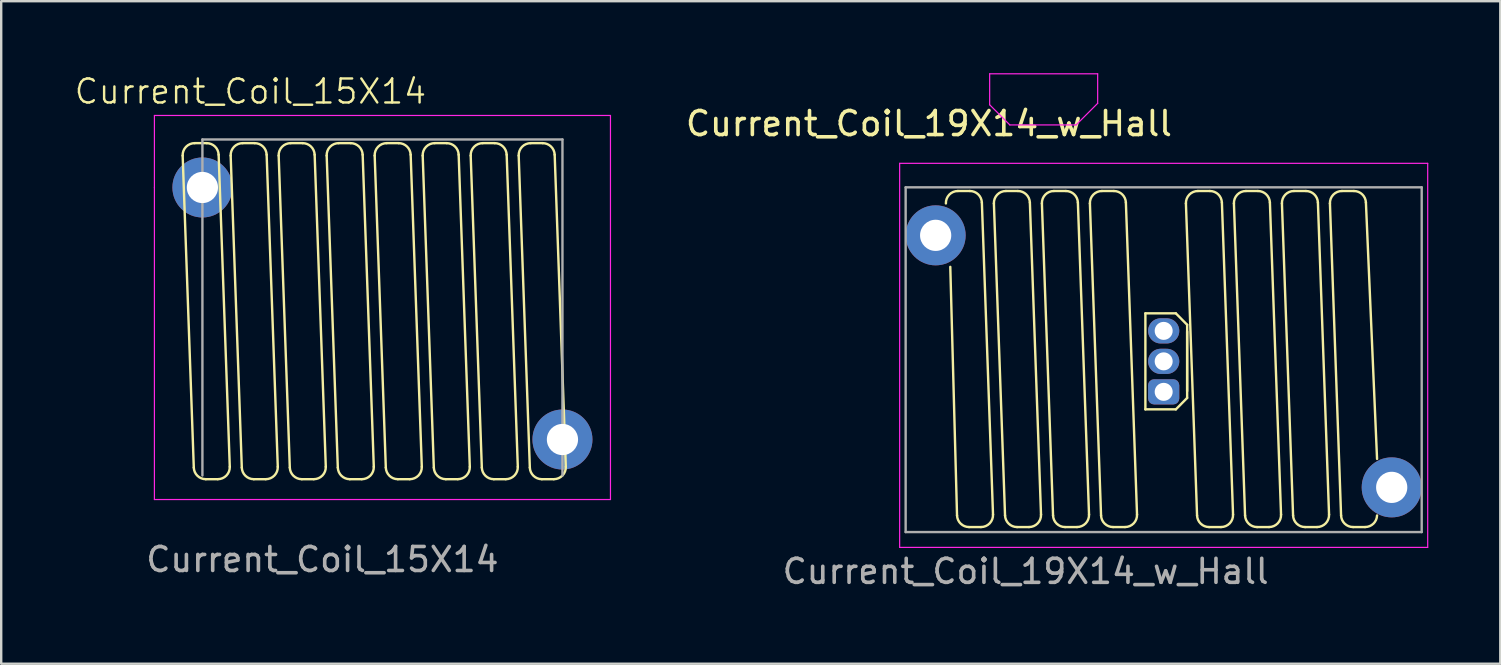
<source format=kicad_pcb>
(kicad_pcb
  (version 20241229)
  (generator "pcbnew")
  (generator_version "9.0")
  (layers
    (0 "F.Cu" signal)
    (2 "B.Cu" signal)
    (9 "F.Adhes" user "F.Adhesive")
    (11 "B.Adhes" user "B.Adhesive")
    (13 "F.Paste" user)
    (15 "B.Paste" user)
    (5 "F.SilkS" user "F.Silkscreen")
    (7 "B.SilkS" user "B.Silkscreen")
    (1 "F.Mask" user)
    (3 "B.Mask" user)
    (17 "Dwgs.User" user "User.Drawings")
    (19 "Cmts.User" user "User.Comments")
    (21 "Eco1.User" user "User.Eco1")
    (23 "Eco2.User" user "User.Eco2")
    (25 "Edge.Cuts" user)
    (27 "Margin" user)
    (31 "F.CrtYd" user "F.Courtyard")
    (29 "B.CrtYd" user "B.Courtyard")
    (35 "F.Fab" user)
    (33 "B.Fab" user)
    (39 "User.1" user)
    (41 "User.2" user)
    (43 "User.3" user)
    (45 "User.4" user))
  (footprint "Current_Coil_19X14_w_Hall"
    (layer "F.Cu")
    (at 45.431 12.005)
    (property "Reference" "Current_Coil_19X14_w_Hall" (at -9.779 -9.906 0) (unlocked yes) (layer "F.SilkS") (effects (font (size 1 1) (thickness 0.15))))
    (attr smd)
    (fp_line (start -8.609 6.421) (end -8.89 -3.937) (stroke (width 0.1) (type default)) (layer "F.SilkS"))
    (fp_line (start -8.573 -7.097) (end -8.074 -7.097) (stroke (width 0.1) (type default)) (layer "F.SilkS"))
    (fp_line (start -7.61 6.903) (end -8.109 6.903) (stroke (width 0.1) (type default)) (layer "F.SilkS"))
    (fp_line (start -7.574 -6.615) (end -7.11 6.385) (stroke (width 0.1) (type default)) (layer "F.SilkS"))
    (fp_line (start -6.609 6.421) (end -7.073 -6.579) (stroke (width 0.1) (type default)) (layer "F.SilkS"))
    (fp_line (start -6.573 -7.097) (end -6.074 -7.097) (stroke (width 0.1) (type default)) (layer "F.SilkS"))
    (fp_line (start -5.61 6.903) (end -6.109 6.903) (stroke (width 0.1) (type default)) (layer "F.SilkS"))
    (fp_line (start -5.574 -6.615) (end -5.11 6.385) (stroke (width 0.1) (type default)) (layer "F.SilkS"))
    (fp_line (start -4.609 6.421) (end -5.073 -6.579) (stroke (width 0.1) (type default)) (layer "F.SilkS"))
    (fp_line (start -4.573 -7.097) (end -4.074 -7.097) (stroke (width 0.1) (type default)) (layer "F.SilkS"))
    (fp_line (start -3.61 6.903) (end -4.109 6.903) (stroke (width 0.1) (type default)) (layer "F.SilkS"))
    (fp_line (start -3.574 -6.615) (end -3.11 6.385) (stroke (width 0.1) (type default)) (layer "F.SilkS"))
    (fp_line (start -2.609 6.421) (end -3.073 -6.579) (stroke (width 0.1) (type default)) (layer "F.SilkS"))
    (fp_line (start -2.573 -7.097) (end -2.074 -7.097) (stroke (width 0.1) (type default)) (layer "F.SilkS"))
    (fp_line (start -1.61 6.903) (end -2.109 6.903) (stroke (width 0.1) (type default)) (layer "F.SilkS"))
    (fp_line (start -1.574 -6.615) (end -1.11 6.385) (stroke (width 0.1) (type default)) (layer "F.SilkS"))
    (fp_line (start -0.762 -2) (end -0.762 2) (stroke (width 0.1) (type solid)) (layer "F.SilkS"))
    (fp_line (start -0.762 -2) (end 0.508 -2) (stroke (width 0.1) (type solid)) (layer "F.SilkS"))
    (fp_line (start -0.762 2) (end 0.508 2) (stroke (width 0.1) (type solid)) (layer "F.SilkS"))
    (fp_line (start 0.508 -2) (end 0.978 -1.524) (stroke (width 0.1) (type solid)) (layer "F.SilkS"))
    (fp_line (start 0.978 -1.524) (end 0.978 1.524) (stroke (width 0.1) (type solid)) (layer "F.SilkS"))
    (fp_line (start 0.978 -1.24) (end 0.978 1.24) (stroke (width 0.1) (type solid)) (layer "F.SilkS"))
    (fp_line (start 0.978 1.524) (end 0.508 2) (stroke (width 0.1) (type solid)) (layer "F.SilkS"))
    (fp_line (start 1.391 6.421) (end 0.927 -6.579) (stroke (width 0.1) (type default)) (layer "F.SilkS"))
    (fp_line (start 1.427 -7.097) (end 1.926 -7.097) (stroke (width 0.1) (type default)) (layer "F.SilkS"))
    (fp_line (start 2.39 6.903) (end 1.891 6.903) (stroke (width 0.1) (type default)) (layer "F.SilkS"))
    (fp_line (start 2.426 -6.615) (end 2.89 6.385) (stroke (width 0.1) (type default)) (layer "F.SilkS"))
    (fp_line (start 3.391 6.421) (end 2.927 -6.579) (stroke (width 0.1) (type default)) (layer "F.SilkS"))
    (fp_line (start 3.427 -7.097) (end 3.926 -7.097) (stroke (width 0.1) (type default)) (layer "F.SilkS"))
    (fp_line (start 4.39 6.903) (end 3.891 6.903) (stroke (width 0.1) (type default)) (layer "F.SilkS"))
    (fp_line (start 4.426 -6.615) (end 4.89 6.385) (stroke (width 0.1) (type default)) (layer "F.SilkS"))
    (fp_line (start 5.391 6.421) (end 4.927 -6.579) (stroke (width 0.1) (type default)) (layer "F.SilkS"))
    (fp_line (start 5.427 -7.097) (end 5.926 -7.097) (stroke (width 0.1) (type default)) (layer "F.SilkS"))
    (fp_line (start 6.39 6.903) (end 5.891 6.903) (stroke (width 0.1) (type default)) (layer "F.SilkS"))
    (fp_line (start 6.426 -6.615) (end 6.89 6.385) (stroke (width 0.1) (type default)) (layer "F.SilkS"))
    (fp_line (start 7.391 6.421) (end 6.927 -6.579) (stroke (width 0.1) (type default)) (layer "F.SilkS"))
    (fp_line (start 7.427 -7.097) (end 7.926 -7.097) (stroke (width 0.1) (type default)) (layer "F.SilkS"))
    (fp_line (start 8.39 6.903) (end 7.891 6.903) (stroke (width 0.1) (type default)) (layer "F.SilkS"))
    (fp_line (start 8.426 -6.615) (end 8.89 4.064) (stroke (width 0.1) (type default)) (layer "F.SilkS"))
    (fp_arc (start -9.073138 -6.579341) (mid -8.933265 -6.944382) (end -8.573456 -7.097187) (stroke (width 0.1) (type default)) (layer "F.SilkS"))
    (fp_arc (start -8.10917 6.902813) (mid -8.456357 6.762621) (end -8.608852 6.420659) (stroke (width 0.1) (type default)) (layer "F.SilkS"))
    (fp_arc (start -8.074094 -7.097187) (mid -7.726907 -6.956995) (end -7.574412 -6.615033) (stroke (width 0.1) (type default)) (layer "F.SilkS"))
    (fp_arc (start -7.110126 6.384967) (mid -7.25 6.75) (end -7.609808 6.902813) (stroke (width 0.1) (type default)) (layer "F.SilkS"))
    (fp_arc (start -7.073138 -6.579341) (mid -6.933265 -6.944382) (end -6.573456 -7.097187) (stroke (width 0.1) (type default)) (layer "F.SilkS"))
    (fp_arc (start -6.10917 6.902813) (mid -6.456357 6.762621) (end -6.608852 6.420659) (stroke (width 0.1) (type default)) (layer "F.SilkS"))
    (fp_arc (start -6.074094 -7.097187) (mid -5.726907 -6.956995) (end -5.574412 -6.615033) (stroke (width 0.1) (type default)) (layer "F.SilkS"))
    (fp_arc (start -5.110126 6.384967) (mid -5.25 6.75) (end -5.609808 6.902813) (stroke (width 0.1) (type default)) (layer "F.SilkS"))
    (fp_arc (start -5.073138 -6.579341) (mid -4.933265 -6.944382) (end -4.573456 -7.097187) (stroke (width 0.1) (type default)) (layer "F.SilkS"))
    (fp_arc (start -4.10917 6.902813) (mid -4.456357 6.762621) (end -4.608852 6.420659) (stroke (width 0.1) (type default)) (layer "F.SilkS"))
    (fp_arc (start -4.074094 -7.097187) (mid -3.726907 -6.956995) (end -3.574412 -6.615033) (stroke (width 0.1) (type default)) (layer "F.SilkS"))
    (fp_arc (start -3.110126 6.384967) (mid -3.25 6.75) (end -3.609808 6.902813) (stroke (width 0.1) (type default)) (layer "F.SilkS"))
    (fp_arc (start -3.073138 -6.579341) (mid -2.933265 -6.944382) (end -2.573456 -7.097187) (stroke (width 0.1) (type default)) (layer "F.SilkS"))
    (fp_arc (start -2.10917 6.902813) (mid -2.456357 6.762621) (end -2.608852 6.420659) (stroke (width 0.1) (type default)) (layer "F.SilkS"))
    (fp_arc (start -2.074094 -7.097187) (mid -1.726907 -6.956995) (end -1.574412 -6.615033) (stroke (width 0.1) (type default)) (layer "F.SilkS"))
    (fp_arc (start -1.110126 6.384967) (mid -1.25 6.75) (end -1.609808 6.902813) (stroke (width 0.1) (type default)) (layer "F.SilkS"))
    (fp_arc (start 0.926862 -6.579341) (mid 1.066735 -6.944382) (end 1.426544 -7.097187) (stroke (width 0.1) (type default)) (layer "F.SilkS"))
    (fp_arc (start 1.89083 6.902813) (mid 1.543643 6.762621) (end 1.391148 6.420659) (stroke (width 0.1) (type default)) (layer "F.SilkS"))
    (fp_arc (start 1.925906 -7.097187) (mid 2.273093 -6.956995) (end 2.425588 -6.615033) (stroke (width 0.1) (type default)) (layer "F.SilkS"))
    (fp_arc (start 2.889874 6.384967) (mid 2.75 6.75) (end 2.390192 6.902813) (stroke (width 0.1) (type default)) (layer "F.SilkS"))
    (fp_arc (start 2.926862 -6.579341) (mid 3.066735 -6.944382) (end 3.426544 -7.097187) (stroke (width 0.1) (type default)) (layer "F.SilkS"))
    (fp_arc (start 3.89083 6.902813) (mid 3.543643 6.762621) (end 3.391148 6.420659) (stroke (width 0.1) (type default)) (layer "F.SilkS"))
    (fp_arc (start 3.925906 -7.097187) (mid 4.273093 -6.956995) (end 4.425588 -6.615033) (stroke (width 0.1) (type default)) (layer "F.SilkS"))
    (fp_arc (start 4.889874 6.384967) (mid 4.75 6.75) (end 4.390192 6.902813) (stroke (width 0.1) (type default)) (layer "F.SilkS"))
    (fp_arc (start 4.926862 -6.579341) (mid 5.066735 -6.944382) (end 5.426544 -7.097187) (stroke (width 0.1) (type default)) (layer "F.SilkS"))
    (fp_arc (start 5.89083 6.902813) (mid 5.543643 6.762621) (end 5.391148 6.420659) (stroke (width 0.1) (type default)) (layer "F.SilkS"))
    (fp_arc (start 5.925906 -7.097187) (mid 6.273093 -6.956995) (end 6.425588 -6.615033) (stroke (width 0.1) (type default)) (layer "F.SilkS"))
    (fp_arc (start 6.889874 6.384967) (mid 6.75 6.75) (end 6.390192 6.902813) (stroke (width 0.1) (type default)) (layer "F.SilkS"))
    (fp_arc (start 6.926862 -6.579341) (mid 7.066735 -6.944382) (end 7.426544 -7.097187) (stroke (width 0.1) (type default)) (layer "F.SilkS"))
    (fp_arc (start 7.89083 6.902813) (mid 7.543643 6.762621) (end 7.391148 6.420659) (stroke (width 0.1) (type default)) (layer "F.SilkS"))
    (fp_arc (start 7.925906 -7.097187) (mid 8.273093 -6.956995) (end 8.425588 -6.615033) (stroke (width 0.1) (type default)) (layer "F.SilkS"))
    (fp_arc (start 8.889874 6.420629) (mid 8.737384 6.762599) (end 8.390192 6.902792) (stroke (width 0.1) (type default)) (layer "F.SilkS"))
    (fp_line (start -11 -8.25) (end 11 -8.25) (stroke (width 0.05) (type default)) (layer "F.CrtYd"))
    (fp_line (start -11 7.75) (end -11 -8.25) (stroke (width 0.05) (type default)) (layer "F.CrtYd"))
    (fp_line (start -7.25 -11.98) (end -2.75 -11.98) (stroke (width 0.05) (type solid)) (layer "F.CrtYd"))
    (fp_line (start -7.25 -10.69) (end -7.25 -11.98) (stroke (width 0.05) (type solid)) (layer "F.CrtYd"))
    (fp_line (start -6.41 -9.85) (end -7.25 -10.69) (stroke (width 0.05) (type solid)) (layer "F.CrtYd"))
    (fp_line (start -3.65 -9.85) (end -6.41 -9.85) (stroke (width 0.05) (type solid)) (layer "F.CrtYd"))
    (fp_line (start -2.75 -11.98) (end -2.75 -10.75) (stroke (width 0.05) (type solid)) (layer "F.CrtYd"))
    (fp_line (start -2.75 -10.75) (end -3.65 -9.85) (stroke (width 0.05) (type solid)) (layer "F.CrtYd"))
    (fp_line (start 11 -8.25) (end 11 7.75) (stroke (width 0.05) (type default)) (layer "F.CrtYd"))
    (fp_line (start 11 7.75) (end -11 7.75) (stroke (width 0.05) (type default)) (layer "F.CrtYd"))
    (fp_line (start -10.75 -7.25) (end 10.75 -7.25) (stroke (width 0.1) (type default)) (layer "F.Fab"))
    (fp_line (start -10.75 7.112) (end -10.75 -7.25) (stroke (width 0.1) (type default)) (layer "F.Fab"))
    (fp_line (start -10.75 7.112) (end 10.75 7.112) (stroke (width 0.1) (type default)) (layer "F.Fab"))
    (fp_line (start 10.75 -7.25) (end 10.75 7.112) (stroke (width 0.1) (type default)) (layer "F.Fab"))
    (fp_text user "${REFERENCE}" (at -5.75 8.75 0) (unlocked yes) (layer "F.Fab") (effects (font (size 1 1) (thickness 0.15))))
    (pad "1" thru_hole circle (at -9.5 -5.25) (size 2.5 2.5) (drill 1.3) (layers "*.Cu" "*.Mask"))
    (pad "2" thru_hole circle (at 9.5 5.25) (size 2.5 2.5) (drill 1.3) (layers "*.Cu" "*.Mask"))
    (pad "3" thru_hole roundrect (at 0 1.27 90) (size 1.05 1.3) (drill 0.75) (layers "*.Cu" "*.Mask") (roundrect_rratio 0.238))
    (pad "4" thru_hole oval (at 0 0 90) (size 1.05 1.3) (drill 0.75) (layers "*.Cu" "*.Mask"))
    (pad "5" thru_hole oval (at 0 -1.27 90) (size 1.05 1.3) (drill 0.75) (layers "*.Cu" "*.Mask")))
  (footprint "Current_Coil_15X14"
    (layer "F.Cu")
    (at 12.883 9.761)
    (property "Reference" "Current_Coil_15X14" (at -5.5 -9 0) (unlocked yes) (layer "F.SilkS") (effects (font (size 1 1) (thickness 0.1))))
    (attr smd)
    (fp_line (start -7.859 6.671) (end -8.323 -6.329) (stroke (width 0.1) (type default)) (layer "F.SilkS"))
    (fp_line (start -7.823 -6.847) (end -7.324 -6.847) (stroke (width 0.1) (type default)) (layer "F.SilkS"))
    (fp_line (start -6.86 7.153) (end -7.359 7.153) (stroke (width 0.1) (type default)) (layer "F.SilkS"))
    (fp_line (start -6.824 -6.365) (end -6.36 6.635) (stroke (width 0.1) (type default)) (layer "F.SilkS"))
    (fp_line (start -5.859 6.671) (end -6.323 -6.329) (stroke (width 0.1) (type default)) (layer "F.SilkS"))
    (fp_line (start -5.823 -6.847) (end -5.324 -6.847) (stroke (width 0.1) (type default)) (layer "F.SilkS"))
    (fp_line (start -4.86 7.153) (end -5.359 7.153) (stroke (width 0.1) (type default)) (layer "F.SilkS"))
    (fp_line (start -4.824 -6.365) (end -4.36 6.635) (stroke (width 0.1) (type default)) (layer "F.SilkS"))
    (fp_line (start -3.859 6.671) (end -4.323 -6.329) (stroke (width 0.1) (type default)) (layer "F.SilkS"))
    (fp_line (start -3.823 -6.847) (end -3.324 -6.847) (stroke (width 0.1) (type default)) (layer "F.SilkS"))
    (fp_line (start -2.86 7.153) (end -3.359 7.153) (stroke (width 0.1) (type default)) (layer "F.SilkS"))
    (fp_line (start -2.824 -6.365) (end -2.36 6.635) (stroke (width 0.1) (type default)) (layer "F.SilkS"))
    (fp_line (start -1.859 6.671) (end -2.323 -6.329) (stroke (width 0.1) (type default)) (layer "F.SilkS"))
    (fp_line (start -1.823 -6.847) (end -1.324 -6.847) (stroke (width 0.1) (type default)) (layer "F.SilkS"))
    (fp_line (start -0.86 7.153) (end -1.359 7.153) (stroke (width 0.1) (type default)) (layer "F.SilkS"))
    (fp_line (start -0.824 -6.365) (end -0.36 6.635) (stroke (width 0.1) (type default)) (layer "F.SilkS"))
    (fp_line (start 0.141 6.671) (end -0.323 -6.329) (stroke (width 0.1) (type default)) (layer "F.SilkS"))
    (fp_line (start 0.177 -6.847) (end 0.676 -6.847) (stroke (width 0.1) (type default)) (layer "F.SilkS"))
    (fp_line (start 1.14 7.153) (end 0.641 7.153) (stroke (width 0.1) (type default)) (layer "F.SilkS"))
    (fp_line (start 1.176 -6.365) (end 1.64 6.635) (stroke (width 0.1) (type default)) (layer "F.SilkS"))
    (fp_line (start 2.141 6.671) (end 1.677 -6.329) (stroke (width 0.1) (type default)) (layer "F.SilkS"))
    (fp_line (start 2.177 -6.847) (end 2.676 -6.847) (stroke (width 0.1) (type default)) (layer "F.SilkS"))
    (fp_line (start 3.14 7.153) (end 2.641 7.153) (stroke (width 0.1) (type default)) (layer "F.SilkS"))
    (fp_line (start 3.176 -6.365) (end 3.64 6.635) (stroke (width 0.1) (type default)) (layer "F.SilkS"))
    (fp_line (start 4.141 6.671) (end 3.677 -6.329) (stroke (width 0.1) (type default)) (layer "F.SilkS"))
    (fp_line (start 4.177 -6.847) (end 4.676 -6.847) (stroke (width 0.1) (type default)) (layer "F.SilkS"))
    (fp_line (start 5.14 7.153) (end 4.641 7.153) (stroke (width 0.1) (type default)) (layer "F.SilkS"))
    (fp_line (start 5.176 -6.365) (end 5.64 6.635) (stroke (width 0.1) (type default)) (layer "F.SilkS"))
    (fp_line (start 6.141 6.671) (end 5.677 -6.329) (stroke (width 0.1) (type default)) (layer "F.SilkS"))
    (fp_line (start 6.177 -6.847) (end 6.676 -6.847) (stroke (width 0.1) (type default)) (layer "F.SilkS"))
    (fp_line (start 7.14 7.153) (end 6.641 7.153) (stroke (width 0.1) (type default)) (layer "F.SilkS"))
    (fp_line (start 7.176 -6.365) (end 7.64 6.635) (stroke (width 0.1) (type default)) (layer "F.SilkS"))
    (fp_arc (start -8.323138 -6.329341) (mid -8.183265 -6.694382) (end -7.823456 -6.847187) (stroke (width 0.1) (type default)) (layer "F.SilkS"))
    (fp_arc (start -7.35917 7.152813) (mid -7.706357 7.012621) (end -7.858852 6.670659) (stroke (width 0.1) (type default)) (layer "F.SilkS"))
    (fp_arc (start -7.324094 -6.847187) (mid -6.976907 -6.706995) (end -6.824412 -6.365033) (stroke (width 0.1) (type default)) (layer "F.SilkS"))
    (fp_arc (start -6.360126 6.634967) (mid -6.5 7) (end -6.859808 7.152813) (stroke (width 0.1) (type default)) (layer "F.SilkS"))
    (fp_arc (start -6.323138 -6.329341) (mid -6.183265 -6.694382) (end -5.823456 -6.847187) (stroke (width 0.1) (type default)) (layer "F.SilkS"))
    (fp_arc (start -5.35917 7.152813) (mid -5.706357 7.012621) (end -5.858852 6.670659) (stroke (width 0.1) (type default)) (layer "F.SilkS"))
    (fp_arc (start -5.324094 -6.847187) (mid -4.976907 -6.706995) (end -4.824412 -6.365033) (stroke (width 0.1) (type default)) (layer "F.SilkS"))
    (fp_arc (start -4.360126 6.634967) (mid -4.5 7) (end -4.859808 7.152813) (stroke (width 0.1) (type default)) (layer "F.SilkS"))
    (fp_arc (start -4.323138 -6.329341) (mid -4.183265 -6.694382) (end -3.823456 -6.847187) (stroke (width 0.1) (type default)) (layer "F.SilkS"))
    (fp_arc (start -3.35917 7.152813) (mid -3.706357 7.012621) (end -3.858852 6.670659) (stroke (width 0.1) (type default)) (layer "F.SilkS"))
    (fp_arc (start -3.324094 -6.847187) (mid -2.976907 -6.706995) (end -2.824412 -6.365033) (stroke (width 0.1) (type default)) (layer "F.SilkS"))
    (fp_arc (start -2.360126 6.634967) (mid -2.5 7) (end -2.859808 7.152813) (stroke (width 0.1) (type default)) (layer "F.SilkS"))
    (fp_arc (start -2.323138 -6.329341) (mid -2.183265 -6.694382) (end -1.823456 -6.847187) (stroke (width 0.1) (type default)) (layer "F.SilkS"))
    (fp_arc (start -1.35917 7.152813) (mid -1.706357 7.012621) (end -1.858852 6.670659) (stroke (width 0.1) (type default)) (layer "F.SilkS"))
    (fp_arc (start -1.324094 -6.847187) (mid -0.976907 -6.706995) (end -0.824412 -6.365033) (stroke (width 0.1) (type default)) (layer "F.SilkS"))
    (fp_arc (start -0.360126 6.634967) (mid -0.5 7) (end -0.859808 7.152813) (stroke (width 0.1) (type default)) (layer "F.SilkS"))
    (fp_arc (start -0.323138 -6.329341) (mid -0.183265 -6.694382) (end 0.176544 -6.847187) (stroke (width 0.1) (type default)) (layer "F.SilkS"))
    (fp_arc (start 0.64083 7.152813) (mid 0.293643 7.012621) (end 0.141148 6.670659) (stroke (width 0.1) (type default)) (layer "F.SilkS"))
    (fp_arc (start 0.675906 -6.847187) (mid 1.023093 -6.706995) (end 1.175588 -6.365033) (stroke (width 0.1) (type default)) (layer "F.SilkS"))
    (fp_arc (start 1.639874 6.634967) (mid 1.5 7) (end 1.140192 7.152813) (stroke (width 0.1) (type default)) (layer "F.SilkS"))
    (fp_arc (start 1.676862 -6.329341) (mid 1.816735 -6.694382) (end 2.176544 -6.847187) (stroke (width 0.1) (type default)) (layer "F.SilkS"))
    (fp_arc (start 2.64083 7.152813) (mid 2.293643 7.012621) (end 2.141148 6.670659) (stroke (width 0.1) (type default)) (layer "F.SilkS"))
    (fp_arc (start 2.675906 -6.847187) (mid 3.023093 -6.706995) (end 3.175588 -6.365033) (stroke (width 0.1) (type default)) (layer "F.SilkS"))
    (fp_arc (start 3.639874 6.634967) (mid 3.5 7) (end 3.140192 7.152813) (stroke (width 0.1) (type default)) (layer "F.SilkS"))
    (fp_arc (start 3.676862 -6.329341) (mid 3.816735 -6.694382) (end 4.176544 -6.847187) (stroke (width 0.1) (type default)) (layer "F.SilkS"))
    (fp_arc (start 4.64083 7.152813) (mid 4.293643 7.012621) (end 4.141148 6.670659) (stroke (width 0.1) (type default)) (layer "F.SilkS"))
    (fp_arc (start 4.675906 -6.847187) (mid 5.023093 -6.706995) (end 5.175588 -6.365033) (stroke (width 0.1) (type default)) (layer "F.SilkS"))
    (fp_arc (start 5.639874 6.634967) (mid 5.5 7) (end 5.140192 7.152813) (stroke (width 0.1) (type default)) (layer "F.SilkS"))
    (fp_arc (start 5.676862 -6.329341) (mid 5.816735 -6.694382) (end 6.176544 -6.847187) (stroke (width 0.1) (type default)) (layer "F.SilkS"))
    (fp_arc (start 6.64083 7.152813) (mid 6.293643 7.012621) (end 6.141148 6.670659) (stroke (width 0.1) (type default)) (layer "F.SilkS"))
    (fp_arc (start 6.675906 -6.847187) (mid 7.023093 -6.706995) (end 7.175588 -6.365033) (stroke (width 0.1) (type default)) (layer "F.SilkS"))
    (fp_arc (start 7.639874 6.634967) (mid 7.5 7) (end 7.140192 7.152813) (stroke (width 0.1) (type default)) (layer "F.SilkS"))
    (fp_line (start -9.5 -8) (end 9.5 -8) (stroke (width 0.05) (type default)) (layer "F.CrtYd"))
    (fp_line (start -9.5 -5) (end -9.5 -8) (stroke (width 0.05) (type default)) (layer "F.CrtYd"))
    (fp_line (start -9.5 8) (end -9.5 -5) (stroke (width 0.05) (type default)) (layer "F.CrtYd"))
    (fp_line (start 9.5 -8) (end 9.5 8) (stroke (width 0.05) (type default)) (layer "F.CrtYd"))
    (fp_line (start 9.5 8) (end -9.5 8) (stroke (width 0.05) (type default)) (layer "F.CrtYd"))
    (fp_line (start -7.5 -7) (end 7.5 -7) (stroke (width 0.1) (type default)) (layer "F.Fab"))
    (fp_line (start -7.5 7) (end -7.5 -7) (stroke (width 0.1) (type default)) (layer "F.Fab"))
    (fp_line (start 7.5 -7) (end 7.5 7) (stroke (width 0.1) (type default)) (layer "F.Fab"))
    (fp_text user "${REFERENCE}" (at -2.5 10.5 0) (unlocked yes) (layer "F.Fab") (effects (font (size 1 1) (thickness 0.15))))
    (pad "1" thru_hole circle (at -7.5 -5) (size 2.5 2.5) (drill 1.3) (layers "*.Cu" "*.Mask"))
    (pad "2" thru_hole circle (at 7.5 5.5) (size 2.5 2.5) (drill 1.3) (layers "*.Cu" "*.Mask")))
  (gr_rect
    (start -3 -3)
    (end 59.456 24.603)
    (stroke (width 0.1) (type default))
    (fill no)
    (layer "Edge.Cuts")))
</source>
